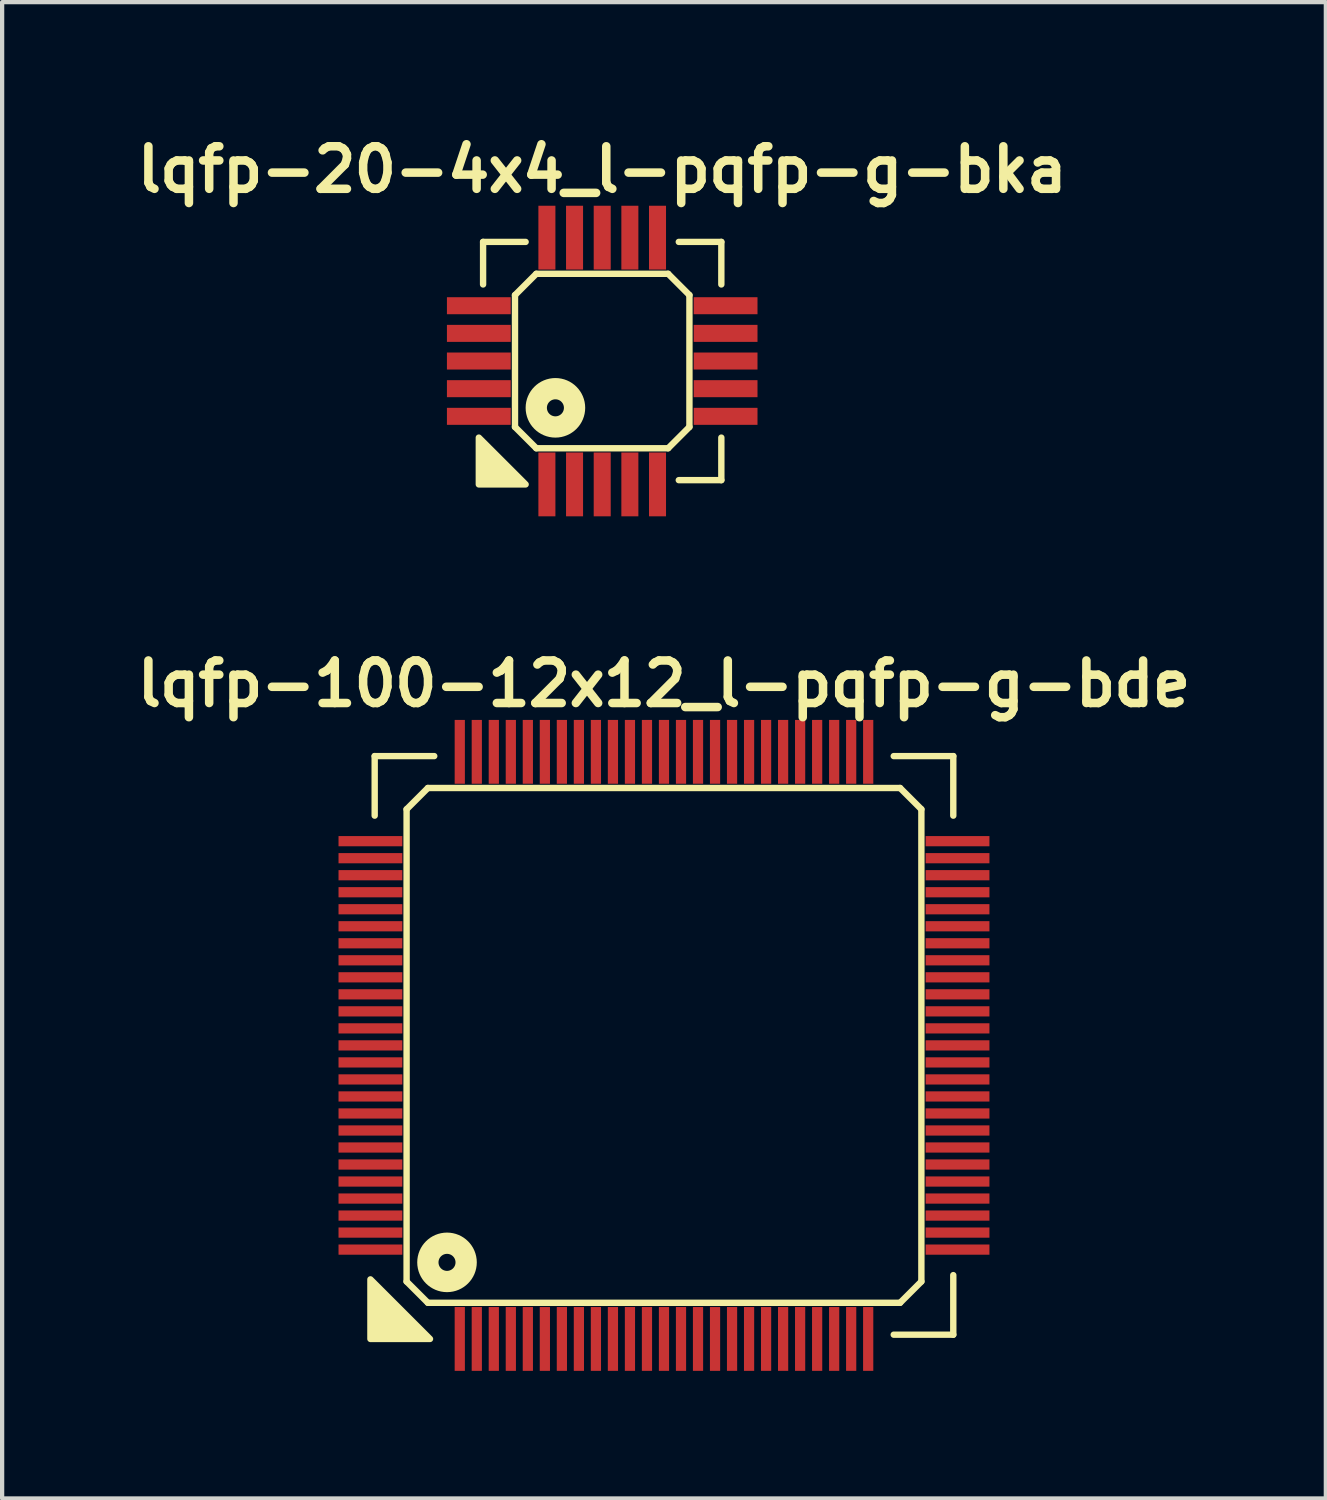
<source format=kicad_pcb>
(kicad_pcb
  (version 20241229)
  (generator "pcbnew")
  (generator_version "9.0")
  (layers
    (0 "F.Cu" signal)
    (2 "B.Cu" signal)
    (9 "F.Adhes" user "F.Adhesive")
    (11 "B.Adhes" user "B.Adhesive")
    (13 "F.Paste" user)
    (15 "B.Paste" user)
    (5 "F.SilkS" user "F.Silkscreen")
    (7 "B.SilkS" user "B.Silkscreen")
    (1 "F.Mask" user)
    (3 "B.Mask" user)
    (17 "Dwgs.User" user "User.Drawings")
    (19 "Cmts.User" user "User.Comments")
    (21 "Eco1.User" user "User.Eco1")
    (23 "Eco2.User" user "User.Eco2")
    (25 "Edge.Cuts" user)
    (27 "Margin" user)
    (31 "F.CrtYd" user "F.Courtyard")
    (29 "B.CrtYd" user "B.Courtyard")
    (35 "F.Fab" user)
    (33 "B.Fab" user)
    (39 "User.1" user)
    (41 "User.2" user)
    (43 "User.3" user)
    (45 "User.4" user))
  (footprint "lqfp-100-12x12_l-pqfp-g-bde"
    (layer "F.Cu")
    (at 12.557 21.522)
    (property "Reference" "lqfp-100-12x12_l-pqfp-g-bde" (at 0 -8.5 0) (layer "F.SilkS") (effects (font (size 1 1) (thickness 0.2))))
    (attr smd)
    (fp_line (start -6.8 -6.8) (end -5.4 -6.8) (stroke (width 0.15) (type solid)) (layer "F.SilkS"))
    (fp_line (start -6.8 -5.4) (end -6.8 -6.8) (stroke (width 0.15) (type solid)) (layer "F.SilkS"))
    (fp_line (start -6.05 -5.55) (end -5.55 -6.05) (stroke (width 0.15) (type solid)) (layer "F.SilkS"))
    (fp_line (start -6.05 5.55) (end -6.05 -5.55) (stroke (width 0.15) (type solid)) (layer "F.SilkS"))
    (fp_line (start -5.55 -6.05) (end 5.55 -6.05) (stroke (width 0.15) (type solid)) (layer "F.SilkS"))
    (fp_line (start -5.55 6.05) (end -6.05 5.55) (stroke (width 0.15) (type solid)) (layer "F.SilkS"))
    (fp_line (start 5.4 -6.8) (end 6.8 -6.8) (stroke (width 0.15) (type solid)) (layer "F.SilkS"))
    (fp_line (start 5.55 -6.05) (end 6.05 -5.55) (stroke (width 0.15) (type solid)) (layer "F.SilkS"))
    (fp_line (start 5.55 6.05) (end -5.55 6.05) (stroke (width 0.15) (type solid)) (layer "F.SilkS"))
    (fp_line (start 6.05 -5.55) (end 6.05 5.55) (stroke (width 0.15) (type solid)) (layer "F.SilkS"))
    (fp_line (start 6.05 5.55) (end 5.55 6.05) (stroke (width 0.15) (type solid)) (layer "F.SilkS"))
    (fp_line (start 6.8 -6.8) (end 6.8 -5.4) (stroke (width 0.15) (type solid)) (layer "F.SilkS"))
    (fp_line (start 6.8 5.4) (end 6.8 6.8) (stroke (width 0.15) (type solid)) (layer "F.SilkS"))
    (fp_line (start 6.8 6.8) (end 5.4 6.8) (stroke (width 0.15) (type solid)) (layer "F.SilkS"))
    (fp_circle (center -5.1 5.1) (end -4.9 5.1) (stroke (width 0.5) (type solid)) (fill no) (layer "F.SilkS"))
    (fp_poly (pts (xy -5.5 6.9) (xy -6.9 6.9) (xy -6.9 5.5)) (stroke (width 0.15) (type solid)) (fill yes) (layer "F.SilkS"))
    (pad "1" smd rect (at -4.8 6.9) (size 0.24 1.5) (layers "F.Cu" "F.Mask" "F.Paste"))
    (pad "2" smd rect (at -4.4 6.9) (size 0.24 1.5) (layers "F.Cu" "F.Mask" "F.Paste"))
    (pad "3" smd rect (at -4 6.9) (size 0.24 1.5) (layers "F.Cu" "F.Mask" "F.Paste"))
    (pad "4" smd rect (at -3.6 6.9) (size 0.24 1.5) (layers "F.Cu" "F.Mask" "F.Paste"))
    (pad "5" smd rect (at -3.2 6.9) (size 0.24 1.5) (layers "F.Cu" "F.Mask" "F.Paste"))
    (pad "6" smd rect (at -2.8 6.9) (size 0.24 1.5) (layers "F.Cu" "F.Mask" "F.Paste"))
    (pad "7" smd rect (at -2.4 6.9) (size 0.24 1.5) (layers "F.Cu" "F.Mask" "F.Paste"))
    (pad "8" smd rect (at -2 6.9) (size 0.24 1.5) (layers "F.Cu" "F.Mask" "F.Paste"))
    (pad "9" smd rect (at -1.6 6.9) (size 0.24 1.5) (layers "F.Cu" "F.Mask" "F.Paste"))
    (pad "10" smd rect (at -1.2 6.9) (size 0.24 1.5) (layers "F.Cu" "F.Mask" "F.Paste"))
    (pad "11" smd rect (at -0.8 6.9) (size 0.24 1.5) (layers "F.Cu" "F.Mask" "F.Paste"))
    (pad "12" smd rect (at -0.4 6.9) (size 0.24 1.5) (layers "F.Cu" "F.Mask" "F.Paste"))
    (pad "13" smd rect (at 0 6.9) (size 0.24 1.5) (layers "F.Cu" "F.Mask" "F.Paste"))
    (pad "14" smd rect (at 0.4 6.9) (size 0.24 1.5) (layers "F.Cu" "F.Mask" "F.Paste"))
    (pad "15" smd rect (at 0.8 6.9) (size 0.24 1.5) (layers "F.Cu" "F.Mask" "F.Paste"))
    (pad "16" smd rect (at 1.2 6.9) (size 0.24 1.5) (layers "F.Cu" "F.Mask" "F.Paste"))
    (pad "17" smd rect (at 1.6 6.9) (size 0.24 1.5) (layers "F.Cu" "F.Mask" "F.Paste"))
    (pad "18" smd rect (at 2 6.9) (size 0.24 1.5) (layers "F.Cu" "F.Mask" "F.Paste"))
    (pad "19" smd rect (at 2.4 6.9) (size 0.24 1.5) (layers "F.Cu" "F.Mask" "F.Paste"))
    (pad "20" smd rect (at 2.8 6.9) (size 0.24 1.5) (layers "F.Cu" "F.Mask" "F.Paste"))
    (pad "21" smd rect (at 3.2 6.9) (size 0.24 1.5) (layers "F.Cu" "F.Mask" "F.Paste"))
    (pad "22" smd rect (at 3.6 6.9) (size 0.24 1.5) (layers "F.Cu" "F.Mask" "F.Paste"))
    (pad "23" smd rect (at 4 6.9) (size 0.24 1.5) (layers "F.Cu" "F.Mask" "F.Paste"))
    (pad "24" smd rect (at 4.4 6.9) (size 0.24 1.5) (layers "F.Cu" "F.Mask" "F.Paste"))
    (pad "25" smd rect (at 4.8 6.9) (size 0.24 1.5) (layers "F.Cu" "F.Mask" "F.Paste"))
    (pad "26" smd rect (at 6.9 4.8) (size 1.5 0.24) (layers "F.Cu" "F.Mask" "F.Paste"))
    (pad "27" smd rect (at 6.9 4.4) (size 1.5 0.24) (layers "F.Cu" "F.Mask" "F.Paste"))
    (pad "28" smd rect (at 6.9 4) (size 1.5 0.24) (layers "F.Cu" "F.Mask" "F.Paste"))
    (pad "29" smd rect (at 6.9 3.6) (size 1.5 0.24) (layers "F.Cu" "F.Mask" "F.Paste"))
    (pad "30" smd rect (at 6.9 3.2) (size 1.5 0.24) (layers "F.Cu" "F.Mask" "F.Paste"))
    (pad "31" smd rect (at 6.9 2.8) (size 1.5 0.24) (layers "F.Cu" "F.Mask" "F.Paste"))
    (pad "32" smd rect (at 6.9 2.4) (size 1.5 0.24) (layers "F.Cu" "F.Mask" "F.Paste"))
    (pad "33" smd rect (at 6.9 2) (size 1.5 0.24) (layers "F.Cu" "F.Mask" "F.Paste"))
    (pad "34" smd rect (at 6.9 1.6) (size 1.5 0.24) (layers "F.Cu" "F.Mask" "F.Paste"))
    (pad "35" smd rect (at 6.9 1.2) (size 1.5 0.24) (layers "F.Cu" "F.Mask" "F.Paste"))
    (pad "36" smd rect (at 6.9 0.8) (size 1.5 0.24) (layers "F.Cu" "F.Mask" "F.Paste"))
    (pad "37" smd rect (at 6.9 0.4) (size 1.5 0.24) (layers "F.Cu" "F.Mask" "F.Paste"))
    (pad "38" smd rect (at 6.9 0) (size 1.5 0.24) (layers "F.Cu" "F.Mask" "F.Paste"))
    (pad "39" smd rect (at 6.9 -0.4) (size 1.5 0.24) (layers "F.Cu" "F.Mask" "F.Paste"))
    (pad "40" smd rect (at 6.9 -0.8) (size 1.5 0.24) (layers "F.Cu" "F.Mask" "F.Paste"))
    (pad "41" smd rect (at 6.9 -1.2) (size 1.5 0.24) (layers "F.Cu" "F.Mask" "F.Paste"))
    (pad "42" smd rect (at 6.9 -1.6) (size 1.5 0.24) (layers "F.Cu" "F.Mask" "F.Paste"))
    (pad "43" smd rect (at 6.9 -2) (size 1.5 0.24) (layers "F.Cu" "F.Mask" "F.Paste"))
    (pad "44" smd rect (at 6.9 -2.4) (size 1.5 0.24) (layers "F.Cu" "F.Mask" "F.Paste"))
    (pad "45" smd rect (at 6.9 -2.8) (size 1.5 0.24) (layers "F.Cu" "F.Mask" "F.Paste"))
    (pad "46" smd rect (at 6.9 -3.2) (size 1.5 0.24) (layers "F.Cu" "F.Mask" "F.Paste"))
    (pad "47" smd rect (at 6.9 -3.6) (size 1.5 0.24) (layers "F.Cu" "F.Mask" "F.Paste"))
    (pad "48" smd rect (at 6.9 -4) (size 1.5 0.24) (layers "F.Cu" "F.Mask" "F.Paste"))
    (pad "49" smd rect (at 6.9 -4.4) (size 1.5 0.24) (layers "F.Cu" "F.Mask" "F.Paste"))
    (pad "50" smd rect (at 6.9 -4.8) (size 1.5 0.24) (layers "F.Cu" "F.Mask" "F.Paste"))
    (pad "51" smd rect (at 4.8 -6.9) (size 0.24 1.5) (layers "F.Cu" "F.Mask" "F.Paste"))
    (pad "52" smd rect (at 4.4 -6.9) (size 0.24 1.5) (layers "F.Cu" "F.Mask" "F.Paste"))
    (pad "53" smd rect (at 4 -6.9) (size 0.24 1.5) (layers "F.Cu" "F.Mask" "F.Paste"))
    (pad "54" smd rect (at 3.6 -6.9) (size 0.24 1.5) (layers "F.Cu" "F.Mask" "F.Paste"))
    (pad "55" smd rect (at 3.2 -6.9) (size 0.24 1.5) (layers "F.Cu" "F.Mask" "F.Paste"))
    (pad "56" smd rect (at 2.8 -6.9) (size 0.24 1.5) (layers "F.Cu" "F.Mask" "F.Paste"))
    (pad "57" smd rect (at 2.4 -6.9) (size 0.24 1.5) (layers "F.Cu" "F.Mask" "F.Paste"))
    (pad "58" smd rect (at 2 -6.9) (size 0.24 1.5) (layers "F.Cu" "F.Mask" "F.Paste"))
    (pad "59" smd rect (at 1.6 -6.9) (size 0.24 1.5) (layers "F.Cu" "F.Mask" "F.Paste"))
    (pad "60" smd rect (at 1.2 -6.9) (size 0.24 1.5) (layers "F.Cu" "F.Mask" "F.Paste"))
    (pad "61" smd rect (at 0.8 -6.9) (size 0.24 1.5) (layers "F.Cu" "F.Mask" "F.Paste"))
    (pad "62" smd rect (at 0.4 -6.9) (size 0.24 1.5) (layers "F.Cu" "F.Mask" "F.Paste"))
    (pad "63" smd rect (at 0 -6.9) (size 0.24 1.5) (layers "F.Cu" "F.Mask" "F.Paste"))
    (pad "64" smd rect (at -0.4 -6.9) (size 0.24 1.5) (layers "F.Cu" "F.Mask" "F.Paste"))
    (pad "65" smd rect (at -0.8 -6.9) (size 0.24 1.5) (layers "F.Cu" "F.Mask" "F.Paste"))
    (pad "66" smd rect (at -1.2 -6.9) (size 0.24 1.5) (layers "F.Cu" "F.Mask" "F.Paste"))
    (pad "67" smd rect (at -1.6 -6.9) (size 0.24 1.5) (layers "F.Cu" "F.Mask" "F.Paste"))
    (pad "68" smd rect (at -2 -6.9) (size 0.24 1.5) (layers "F.Cu" "F.Mask" "F.Paste"))
    (pad "69" smd rect (at -2.4 -6.9) (size 0.24 1.5) (layers "F.Cu" "F.Mask" "F.Paste"))
    (pad "70" smd rect (at -2.8 -6.9) (size 0.24 1.5) (layers "F.Cu" "F.Mask" "F.Paste"))
    (pad "71" smd rect (at -3.2 -6.9) (size 0.24 1.5) (layers "F.Cu" "F.Mask" "F.Paste"))
    (pad "72" smd rect (at -3.6 -6.9) (size 0.24 1.5) (layers "F.Cu" "F.Mask" "F.Paste"))
    (pad "73" smd rect (at -4 -6.9) (size 0.24 1.5) (layers "F.Cu" "F.Mask" "F.Paste"))
    (pad "74" smd rect (at -4.4 -6.9) (size 0.24 1.5) (layers "F.Cu" "F.Mask" "F.Paste"))
    (pad "75" smd rect (at -4.8 -6.9) (size 0.24 1.5) (layers "F.Cu" "F.Mask" "F.Paste"))
    (pad "76" smd rect (at -6.9 -4.8) (size 1.5 0.24) (layers "F.Cu" "F.Mask" "F.Paste"))
    (pad "77" smd rect (at -6.9 -4.4) (size 1.5 0.24) (layers "F.Cu" "F.Mask" "F.Paste"))
    (pad "78" smd rect (at -6.9 -4) (size 1.5 0.24) (layers "F.Cu" "F.Mask" "F.Paste"))
    (pad "79" smd rect (at -6.9 -3.6) (size 1.5 0.24) (layers "F.Cu" "F.Mask" "F.Paste"))
    (pad "80" smd rect (at -6.9 -3.2) (size 1.5 0.24) (layers "F.Cu" "F.Mask" "F.Paste"))
    (pad "81" smd rect (at -6.9 -2.8) (size 1.5 0.24) (layers "F.Cu" "F.Mask" "F.Paste"))
    (pad "82" smd rect (at -6.9 -2.4) (size 1.5 0.24) (layers "F.Cu" "F.Mask" "F.Paste"))
    (pad "83" smd rect (at -6.9 -2) (size 1.5 0.24) (layers "F.Cu" "F.Mask" "F.Paste"))
    (pad "84" smd rect (at -6.9 -1.6) (size 1.5 0.24) (layers "F.Cu" "F.Mask" "F.Paste"))
    (pad "85" smd rect (at -6.9 -1.2) (size 1.5 0.24) (layers "F.Cu" "F.Mask" "F.Paste"))
    (pad "86" smd rect (at -6.9 -0.8) (size 1.5 0.24) (layers "F.Cu" "F.Mask" "F.Paste"))
    (pad "87" smd rect (at -6.9 -0.4) (size 1.5 0.24) (layers "F.Cu" "F.Mask" "F.Paste"))
    (pad "88" smd rect (at -6.9 0) (size 1.5 0.24) (layers "F.Cu" "F.Mask" "F.Paste"))
    (pad "89" smd rect (at -6.9 0.4) (size 1.5 0.24) (layers "F.Cu" "F.Mask" "F.Paste"))
    (pad "90" smd rect (at -6.9 0.8) (size 1.5 0.24) (layers "F.Cu" "F.Mask" "F.Paste"))
    (pad "91" smd rect (at -6.9 1.2) (size 1.5 0.24) (layers "F.Cu" "F.Mask" "F.Paste"))
    (pad "92" smd rect (at -6.9 1.6) (size 1.5 0.24) (layers "F.Cu" "F.Mask" "F.Paste"))
    (pad "93" smd rect (at -6.9 2) (size 1.5 0.24) (layers "F.Cu" "F.Mask" "F.Paste"))
    (pad "94" smd rect (at -6.9 2.4) (size 1.5 0.24) (layers "F.Cu" "F.Mask" "F.Paste"))
    (pad "95" smd rect (at -6.9 2.8) (size 1.5 0.24) (layers "F.Cu" "F.Mask" "F.Paste"))
    (pad "96" smd rect (at -6.9 3.2) (size 1.5 0.24) (layers "F.Cu" "F.Mask" "F.Paste"))
    (pad "97" smd rect (at -6.9 3.6) (size 1.5 0.24) (layers "F.Cu" "F.Mask" "F.Paste"))
    (pad "98" smd rect (at -6.9 4) (size 1.5 0.24) (layers "F.Cu" "F.Mask" "F.Paste"))
    (pad "99" smd rect (at -6.9 4.4) (size 1.5 0.24) (layers "F.Cu" "F.Mask" "F.Paste"))
    (pad "100" smd rect (at -6.9 4.8) (size 1.5 0.24) (layers "F.Cu" "F.Mask" "F.Paste")))
  (footprint "lqfp-20-4x4_l-pqfp-g-bka"
    (layer "F.Cu")
    (at 11.105 5.436)
    (property "Reference" "lqfp-20-4x4_l-pqfp-g-bka" (at 0 -4.5 0) (layer "F.SilkS") (effects (font (size 1 1) (thickness 0.2))))
    (attr smd)
    (fp_line (start -2.8 -2.8) (end -1.8 -2.8) (stroke (width 0.15) (type solid)) (layer "F.SilkS"))
    (fp_line (start -2.8 -1.8) (end -2.8 -2.8) (stroke (width 0.15) (type solid)) (layer "F.SilkS"))
    (fp_line (start -2.05 -1.55) (end -1.55 -2.05) (stroke (width 0.15) (type solid)) (layer "F.SilkS"))
    (fp_line (start -2.05 1.55) (end -2.05 -1.55) (stroke (width 0.15) (type solid)) (layer "F.SilkS"))
    (fp_line (start -1.55 -2.05) (end 1.55 -2.05) (stroke (width 0.15) (type solid)) (layer "F.SilkS"))
    (fp_line (start -1.55 2.05) (end -2.05 1.55) (stroke (width 0.15) (type solid)) (layer "F.SilkS"))
    (fp_line (start 1.55 -2.05) (end 2.05 -1.55) (stroke (width 0.15) (type solid)) (layer "F.SilkS"))
    (fp_line (start 1.55 2.05) (end -1.55 2.05) (stroke (width 0.15) (type solid)) (layer "F.SilkS"))
    (fp_line (start 1.8 -2.8) (end 2.8 -2.8) (stroke (width 0.15) (type solid)) (layer "F.SilkS"))
    (fp_line (start 2.05 -1.55) (end 2.05 1.55) (stroke (width 0.15) (type solid)) (layer "F.SilkS"))
    (fp_line (start 2.05 1.55) (end 1.55 2.05) (stroke (width 0.15) (type solid)) (layer "F.SilkS"))
    (fp_line (start 2.8 -2.8) (end 2.8 -1.8) (stroke (width 0.15) (type solid)) (layer "F.SilkS"))
    (fp_line (start 2.8 1.8) (end 2.8 2.8) (stroke (width 0.15) (type solid)) (layer "F.SilkS"))
    (fp_line (start 2.8 2.8) (end 1.8 2.8) (stroke (width 0.15) (type solid)) (layer "F.SilkS"))
    (fp_circle (center -1.1 1.1) (end -0.9 1.1) (stroke (width 0.5) (type solid)) (fill no) (layer "F.SilkS"))
    (fp_poly (pts (xy -1.8 2.9) (xy -2.9 2.9) (xy -2.9 1.8)) (stroke (width 0.15) (type solid)) (fill yes) (layer "F.SilkS"))
    (pad "1" smd rect (at -1.3 2.9) (size 0.4 1.5) (layers "F.Cu" "F.Mask" "F.Paste"))
    (pad "2" smd rect (at -0.65 2.9) (size 0.4 1.5) (layers "F.Cu" "F.Mask" "F.Paste"))
    (pad "3" smd rect (at 0 2.9) (size 0.4 1.5) (layers "F.Cu" "F.Mask" "F.Paste"))
    (pad "4" smd rect (at 0.65 2.9) (size 0.4 1.5) (layers "F.Cu" "F.Mask" "F.Paste"))
    (pad "5" smd rect (at 1.3 2.9) (size 0.4 1.5) (layers "F.Cu" "F.Mask" "F.Paste"))
    (pad "6" smd rect (at 2.9 1.3) (size 1.5 0.4) (layers "F.Cu" "F.Mask" "F.Paste"))
    (pad "7" smd rect (at 2.9 0.65) (size 1.5 0.4) (layers "F.Cu" "F.Mask" "F.Paste"))
    (pad "8" smd rect (at 2.9 0) (size 1.5 0.4) (layers "F.Cu" "F.Mask" "F.Paste"))
    (pad "9" smd rect (at 2.9 -0.65) (size 1.5 0.4) (layers "F.Cu" "F.Mask" "F.Paste"))
    (pad "10" smd rect (at 2.9 -1.3) (size 1.5 0.4) (layers "F.Cu" "F.Mask" "F.Paste"))
    (pad "11" smd rect (at 1.3 -2.9) (size 0.4 1.5) (layers "F.Cu" "F.Mask" "F.Paste"))
    (pad "12" smd rect (at 0.65 -2.9) (size 0.4 1.5) (layers "F.Cu" "F.Mask" "F.Paste"))
    (pad "13" smd rect (at 0 -2.9) (size 0.4 1.5) (layers "F.Cu" "F.Mask" "F.Paste"))
    (pad "14" smd rect (at -0.65 -2.9) (size 0.4 1.5) (layers "F.Cu" "F.Mask" "F.Paste"))
    (pad "15" smd rect (at -1.3 -2.9) (size 0.4 1.5) (layers "F.Cu" "F.Mask" "F.Paste"))
    (pad "16" smd rect (at -2.9 -1.3) (size 1.5 0.4) (layers "F.Cu" "F.Mask" "F.Paste"))
    (pad "17" smd rect (at -2.9 -0.65) (size 1.5 0.4) (layers "F.Cu" "F.Mask" "F.Paste"))
    (pad "18" smd rect (at -2.9 0) (size 1.5 0.4) (layers "F.Cu" "F.Mask" "F.Paste"))
    (pad "19" smd rect (at -2.9 0.65) (size 1.5 0.4) (layers "F.Cu" "F.Mask" "F.Paste"))
    (pad "20" smd rect (at -2.9 1.3) (size 1.5 0.4) (layers "F.Cu" "F.Mask" "F.Paste")))
  (gr_rect
    (start -3 -3)
    (end 28.114 32.172)
    (stroke (width 0.1) (type default))
    (fill no)
    (layer "Edge.Cuts")))
</source>
